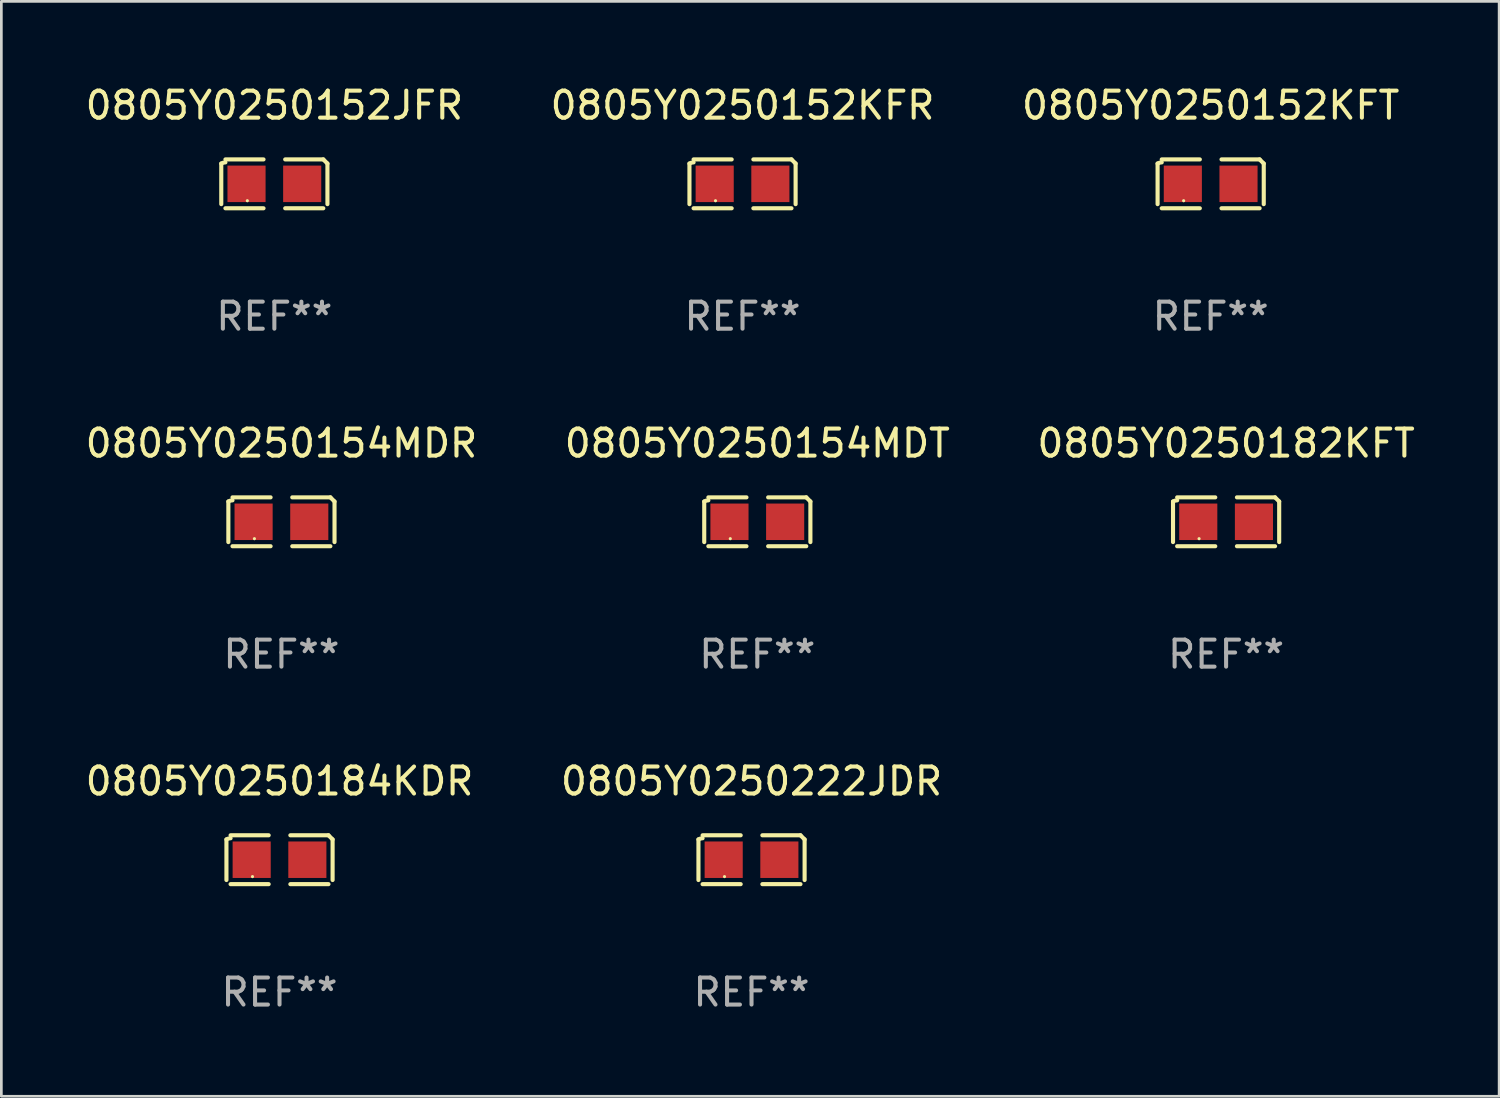
<source format=kicad_pcb>
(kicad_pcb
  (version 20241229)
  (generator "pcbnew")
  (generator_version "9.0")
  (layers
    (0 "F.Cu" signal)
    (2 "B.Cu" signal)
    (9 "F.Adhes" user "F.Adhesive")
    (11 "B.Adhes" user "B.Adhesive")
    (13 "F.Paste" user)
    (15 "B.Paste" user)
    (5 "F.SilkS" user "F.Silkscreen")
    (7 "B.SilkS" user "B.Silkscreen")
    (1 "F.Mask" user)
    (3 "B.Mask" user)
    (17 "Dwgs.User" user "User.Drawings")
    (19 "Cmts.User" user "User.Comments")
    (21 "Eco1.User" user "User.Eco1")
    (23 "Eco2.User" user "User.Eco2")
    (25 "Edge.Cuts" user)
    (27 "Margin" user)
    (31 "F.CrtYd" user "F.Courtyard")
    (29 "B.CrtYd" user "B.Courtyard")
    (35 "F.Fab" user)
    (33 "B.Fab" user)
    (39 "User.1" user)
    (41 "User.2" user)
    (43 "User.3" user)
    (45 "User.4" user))
  (footprint "0805Y0250152KFR"
    (layer "F.Cu")
    (at 24.423 3.752)
    (property "Reference" "0805Y0250152KFR" (at 0 -2.904 0) (layer "F.SilkS") (effects (font (size 1 1) (thickness 0.15))))
    (attr through_hole)
    (fp_line (start -1.964 0.751) (end -1.964 -0.751) (stroke (width 0.152) (type solid)) (layer "F.SilkS"))
    (fp_line (start -1.811 -0.904) (end -0.401 -0.904) (stroke (width 0.152) (type solid)) (layer "F.SilkS"))
    (fp_line (start -0.401 0.904) (end -1.811 0.904) (stroke (width 0.152) (type solid)) (layer "F.SilkS"))
    (fp_line (start 0.401 0.904) (end 1.811 0.904) (stroke (width 0.152) (type solid)) (layer "F.SilkS"))
    (fp_line (start 1.811 -0.904) (end 0.401 -0.904) (stroke (width 0.152) (type solid)) (layer "F.SilkS"))
    (fp_line (start 1.964 0.751) (end 1.964 -0.751) (stroke (width 0.152) (type solid)) (layer "F.SilkS"))
    (fp_arc (start -1.963602 -0.751207) (mid -1.890354 -0.783131) (end -1.811201 -0.794044) (stroke (width 0.1524) (type solid)) (layer "F.SilkS"))
    (fp_arc (start 1.811202 -0.903607) (mid 1.887413 -0.827418) (end 1.963602 -0.751207) (stroke (width 0.1524) (type solid)) (layer "F.SilkS"))
    (fp_circle (center -1 0.625) (end -0.97 0.625) (stroke (width 0.06) (type solid)) (fill no) (layer "F.SilkS"))
    (fp_text user "REF**" (at 0 4.904 0) (layer "F.Fab") (effects (font (size 1 1) (thickness 0.15))))
    (pad "1" smd rect (at -1.03 0) (size 1.41 1.35) (layers "F.Cu" "F.Mask" "F.Paste"))
    (pad "2" smd rect (at 1.03 0) (size 1.41 1.35) (layers "F.Cu" "F.Mask" "F.Paste")))
  (footprint "0805Y0250154MDR"
    (layer "F.Cu")
    (at 7.363 16.256)
    (property "Reference" "0805Y0250154MDR" (at 0 -2.904 0) (layer "F.SilkS") (effects (font (size 1 1) (thickness 0.15))))
    (attr through_hole)
    (fp_line (start -1.964 0.751) (end -1.964 -0.751) (stroke (width 0.152) (type solid)) (layer "F.SilkS"))
    (fp_line (start -1.811 -0.904) (end -0.401 -0.904) (stroke (width 0.152) (type solid)) (layer "F.SilkS"))
    (fp_line (start -0.401 0.904) (end -1.811 0.904) (stroke (width 0.152) (type solid)) (layer "F.SilkS"))
    (fp_line (start 0.401 0.904) (end 1.811 0.904) (stroke (width 0.152) (type solid)) (layer "F.SilkS"))
    (fp_line (start 1.811 -0.904) (end 0.401 -0.904) (stroke (width 0.152) (type solid)) (layer "F.SilkS"))
    (fp_line (start 1.964 0.751) (end 1.964 -0.751) (stroke (width 0.152) (type solid)) (layer "F.SilkS"))
    (fp_arc (start -1.963602 -0.751207) (mid -1.890354 -0.783131) (end -1.811201 -0.794044) (stroke (width 0.1524) (type solid)) (layer "F.SilkS"))
    (fp_arc (start 1.811202 -0.903607) (mid 1.887413 -0.827418) (end 1.963602 -0.751207) (stroke (width 0.1524) (type solid)) (layer "F.SilkS"))
    (fp_circle (center -1 0.625) (end -0.97 0.625) (stroke (width 0.06) (type solid)) (fill no) (layer "F.SilkS"))
    (fp_text user "REF**" (at 0 4.904 0) (layer "F.Fab") (effects (font (size 1 1) (thickness 0.15))))
    (pad "1" smd rect (at -1.03 0) (size 1.41 1.35) (layers "F.Cu" "F.Mask" "F.Paste"))
    (pad "2" smd rect (at 1.03 0) (size 1.41 1.35) (layers "F.Cu" "F.Mask" "F.Paste")))
  (footprint "0805Y0250152KFT"
    (layer "F.Cu")
    (at 41.744 3.752)
    (property "Reference" "0805Y0250152KFT" (at 0 -2.904 0) (layer "F.SilkS") (effects (font (size 1 1) (thickness 0.15))))
    (attr through_hole)
    (fp_line (start -1.964 0.751) (end -1.964 -0.751) (stroke (width 0.152) (type solid)) (layer "F.SilkS"))
    (fp_line (start -1.811 -0.904) (end -0.401 -0.904) (stroke (width 0.152) (type solid)) (layer "F.SilkS"))
    (fp_line (start -0.401 0.904) (end -1.811 0.904) (stroke (width 0.152) (type solid)) (layer "F.SilkS"))
    (fp_line (start 0.401 0.904) (end 1.811 0.904) (stroke (width 0.152) (type solid)) (layer "F.SilkS"))
    (fp_line (start 1.811 -0.904) (end 0.401 -0.904) (stroke (width 0.152) (type solid)) (layer "F.SilkS"))
    (fp_line (start 1.964 0.751) (end 1.964 -0.751) (stroke (width 0.152) (type solid)) (layer "F.SilkS"))
    (fp_arc (start -1.963602 -0.751207) (mid -1.890354 -0.783131) (end -1.811201 -0.794044) (stroke (width 0.1524) (type solid)) (layer "F.SilkS"))
    (fp_arc (start 1.811202 -0.903607) (mid 1.887413 -0.827418) (end 1.963602 -0.751207) (stroke (width 0.1524) (type solid)) (layer "F.SilkS"))
    (fp_circle (center -1 0.625) (end -0.97 0.625) (stroke (width 0.06) (type solid)) (fill no) (layer "F.SilkS"))
    (fp_text user "REF**" (at 0 4.904 0) (layer "F.Fab") (effects (font (size 1 1) (thickness 0.15))))
    (pad "1" smd rect (at -1.03 0) (size 1.41 1.35) (layers "F.Cu" "F.Mask" "F.Paste"))
    (pad "2" smd rect (at 1.03 0) (size 1.41 1.35) (layers "F.Cu" "F.Mask" "F.Paste")))
  (footprint "0805Y0250184KDR"
    (layer "F.Cu")
    (at 7.292 28.759)
    (property "Reference" "0805Y0250184KDR" (at 0 -2.904 0) (layer "F.SilkS") (effects (font (size 1 1) (thickness 0.15))))
    (attr through_hole)
    (fp_line (start -1.964 0.751) (end -1.964 -0.751) (stroke (width 0.152) (type solid)) (layer "F.SilkS"))
    (fp_line (start -1.811 -0.904) (end -0.401 -0.904) (stroke (width 0.152) (type solid)) (layer "F.SilkS"))
    (fp_line (start -0.401 0.904) (end -1.811 0.904) (stroke (width 0.152) (type solid)) (layer "F.SilkS"))
    (fp_line (start 0.401 0.904) (end 1.811 0.904) (stroke (width 0.152) (type solid)) (layer "F.SilkS"))
    (fp_line (start 1.811 -0.904) (end 0.401 -0.904) (stroke (width 0.152) (type solid)) (layer "F.SilkS"))
    (fp_line (start 1.964 0.751) (end 1.964 -0.751) (stroke (width 0.152) (type solid)) (layer "F.SilkS"))
    (fp_arc (start -1.963602 -0.751207) (mid -1.890354 -0.783131) (end -1.811201 -0.794044) (stroke (width 0.1524) (type solid)) (layer "F.SilkS"))
    (fp_arc (start 1.811202 -0.903607) (mid 1.887413 -0.827418) (end 1.963602 -0.751207) (stroke (width 0.1524) (type solid)) (layer "F.SilkS"))
    (fp_circle (center -1 0.625) (end -0.97 0.625) (stroke (width 0.06) (type solid)) (fill no) (layer "F.SilkS"))
    (fp_text user "REF**" (at 0 4.904 0) (layer "F.Fab") (effects (font (size 1 1) (thickness 0.15))))
    (pad "1" smd rect (at -1.03 0) (size 1.41 1.35) (layers "F.Cu" "F.Mask" "F.Paste"))
    (pad "2" smd rect (at 1.03 0) (size 1.41 1.35) (layers "F.Cu" "F.Mask" "F.Paste")))
  (footprint "0805Y0250154MDT"
    (layer "F.Cu")
    (at 24.97 16.256)
    (property "Reference" "0805Y0250154MDT" (at 0 -2.904 0) (layer "F.SilkS") (effects (font (size 1 1) (thickness 0.15))))
    (attr through_hole)
    (fp_line (start -1.964 0.751) (end -1.964 -0.751) (stroke (width 0.152) (type solid)) (layer "F.SilkS"))
    (fp_line (start -1.811 -0.904) (end -0.401 -0.904) (stroke (width 0.152) (type solid)) (layer "F.SilkS"))
    (fp_line (start -0.401 0.904) (end -1.811 0.904) (stroke (width 0.152) (type solid)) (layer "F.SilkS"))
    (fp_line (start 0.401 0.904) (end 1.811 0.904) (stroke (width 0.152) (type solid)) (layer "F.SilkS"))
    (fp_line (start 1.811 -0.904) (end 0.401 -0.904) (stroke (width 0.152) (type solid)) (layer "F.SilkS"))
    (fp_line (start 1.964 0.751) (end 1.964 -0.751) (stroke (width 0.152) (type solid)) (layer "F.SilkS"))
    (fp_arc (start -1.963602 -0.751207) (mid -1.890354 -0.783131) (end -1.811201 -0.794044) (stroke (width 0.1524) (type solid)) (layer "F.SilkS"))
    (fp_arc (start 1.811202 -0.903607) (mid 1.887413 -0.827418) (end 1.963602 -0.751207) (stroke (width 0.1524) (type solid)) (layer "F.SilkS"))
    (fp_circle (center -1 0.625) (end -0.97 0.625) (stroke (width 0.06) (type solid)) (fill no) (layer "F.SilkS"))
    (fp_text user "REF**" (at 0 4.904 0) (layer "F.Fab") (effects (font (size 1 1) (thickness 0.15))))
    (pad "1" smd rect (at -1.03 0) (size 1.41 1.35) (layers "F.Cu" "F.Mask" "F.Paste"))
    (pad "2" smd rect (at 1.03 0) (size 1.41 1.35) (layers "F.Cu" "F.Mask" "F.Paste")))
  (footprint "0805Y0250152JFR"
    (layer "F.Cu")
    (at 7.101 3.752)
    (property "Reference" "0805Y0250152JFR" (at 0 -2.904 0) (layer "F.SilkS") (effects (font (size 1 1) (thickness 0.15))))
    (attr through_hole)
    (fp_line (start -1.964 0.751) (end -1.964 -0.751) (stroke (width 0.152) (type solid)) (layer "F.SilkS"))
    (fp_line (start -1.811 -0.904) (end -0.401 -0.904) (stroke (width 0.152) (type solid)) (layer "F.SilkS"))
    (fp_line (start -0.401 0.904) (end -1.811 0.904) (stroke (width 0.152) (type solid)) (layer "F.SilkS"))
    (fp_line (start 0.401 0.904) (end 1.811 0.904) (stroke (width 0.152) (type solid)) (layer "F.SilkS"))
    (fp_line (start 1.811 -0.904) (end 0.401 -0.904) (stroke (width 0.152) (type solid)) (layer "F.SilkS"))
    (fp_line (start 1.964 0.751) (end 1.964 -0.751) (stroke (width 0.152) (type solid)) (layer "F.SilkS"))
    (fp_arc (start -1.963602 -0.751207) (mid -1.890354 -0.783131) (end -1.811201 -0.794044) (stroke (width 0.1524) (type solid)) (layer "F.SilkS"))
    (fp_arc (start 1.811202 -0.903607) (mid 1.887413 -0.827418) (end 1.963602 -0.751207) (stroke (width 0.1524) (type solid)) (layer "F.SilkS"))
    (fp_circle (center -1 0.625) (end -0.97 0.625) (stroke (width 0.06) (type solid)) (fill no) (layer "F.SilkS"))
    (fp_text user "REF**" (at 0 4.904 0) (layer "F.Fab") (effects (font (size 1 1) (thickness 0.15))))
    (pad "1" smd rect (at -1.03 0) (size 1.41 1.35) (layers "F.Cu" "F.Mask" "F.Paste"))
    (pad "2" smd rect (at 1.03 0) (size 1.41 1.35) (layers "F.Cu" "F.Mask" "F.Paste")))
  (footprint "0805Y0250222JDR"
    (layer "F.Cu")
    (at 24.756 28.759)
    (property "Reference" "0805Y0250222JDR" (at 0 -2.904 0) (layer "F.SilkS") (effects (font (size 1 1) (thickness 0.15))))
    (attr through_hole)
    (fp_line (start -1.964 0.751) (end -1.964 -0.751) (stroke (width 0.152) (type solid)) (layer "F.SilkS"))
    (fp_line (start -1.811 -0.904) (end -0.401 -0.904) (stroke (width 0.152) (type solid)) (layer "F.SilkS"))
    (fp_line (start -0.401 0.904) (end -1.811 0.904) (stroke (width 0.152) (type solid)) (layer "F.SilkS"))
    (fp_line (start 0.401 0.904) (end 1.811 0.904) (stroke (width 0.152) (type solid)) (layer "F.SilkS"))
    (fp_line (start 1.811 -0.904) (end 0.401 -0.904) (stroke (width 0.152) (type solid)) (layer "F.SilkS"))
    (fp_line (start 1.964 0.751) (end 1.964 -0.751) (stroke (width 0.152) (type solid)) (layer "F.SilkS"))
    (fp_arc (start -1.963602 -0.751207) (mid -1.890354 -0.783131) (end -1.811201 -0.794044) (stroke (width 0.1524) (type solid)) (layer "F.SilkS"))
    (fp_arc (start 1.811202 -0.903607) (mid 1.887413 -0.827418) (end 1.963602 -0.751207) (stroke (width 0.1524) (type solid)) (layer "F.SilkS"))
    (fp_circle (center -1 0.625) (end -0.97 0.625) (stroke (width 0.06) (type solid)) (fill no) (layer "F.SilkS"))
    (fp_text user "REF**" (at 0 4.904 0) (layer "F.Fab") (effects (font (size 1 1) (thickness 0.15))))
    (pad "1" smd rect (at -1.03 0) (size 1.41 1.35) (layers "F.Cu" "F.Mask" "F.Paste"))
    (pad "2" smd rect (at 1.03 0) (size 1.41 1.35) (layers "F.Cu" "F.Mask" "F.Paste")))
  (footprint "0805Y0250182KFT"
    (layer "F.Cu")
    (at 42.315 16.256)
    (property "Reference" "0805Y0250182KFT" (at 0 -2.904 0) (layer "F.SilkS") (effects (font (size 1 1) (thickness 0.15))))
    (attr through_hole)
    (fp_line (start -1.964 0.751) (end -1.964 -0.751) (stroke (width 0.152) (type solid)) (layer "F.SilkS"))
    (fp_line (start -1.811 -0.904) (end -0.401 -0.904) (stroke (width 0.152) (type solid)) (layer "F.SilkS"))
    (fp_line (start -0.401 0.904) (end -1.811 0.904) (stroke (width 0.152) (type solid)) (layer "F.SilkS"))
    (fp_line (start 0.401 0.904) (end 1.811 0.904) (stroke (width 0.152) (type solid)) (layer "F.SilkS"))
    (fp_line (start 1.811 -0.904) (end 0.401 -0.904) (stroke (width 0.152) (type solid)) (layer "F.SilkS"))
    (fp_line (start 1.964 0.751) (end 1.964 -0.751) (stroke (width 0.152) (type solid)) (layer "F.SilkS"))
    (fp_arc (start -1.963602 -0.751207) (mid -1.890354 -0.783131) (end -1.811201 -0.794044) (stroke (width 0.1524) (type solid)) (layer "F.SilkS"))
    (fp_arc (start 1.811202 -0.903607) (mid 1.887413 -0.827418) (end 1.963602 -0.751207) (stroke (width 0.1524) (type solid)) (layer "F.SilkS"))
    (fp_circle (center -1 0.625) (end -0.97 0.625) (stroke (width 0.06) (type solid)) (fill no) (layer "F.SilkS"))
    (fp_text user "REF**" (at 0 4.904 0) (layer "F.Fab") (effects (font (size 1 1) (thickness 0.15))))
    (pad "1" smd rect (at -1.03 0) (size 1.41 1.35) (layers "F.Cu" "F.Mask" "F.Paste"))
    (pad "2" smd rect (at 1.03 0) (size 1.41 1.35) (layers "F.Cu" "F.Mask" "F.Paste")))
  (gr_rect
    (start -3 -3)
    (end 52.417 37.511)
    (stroke (width 0.1) (type default))
    (fill no)
    (layer "Edge.Cuts")))
</source>
